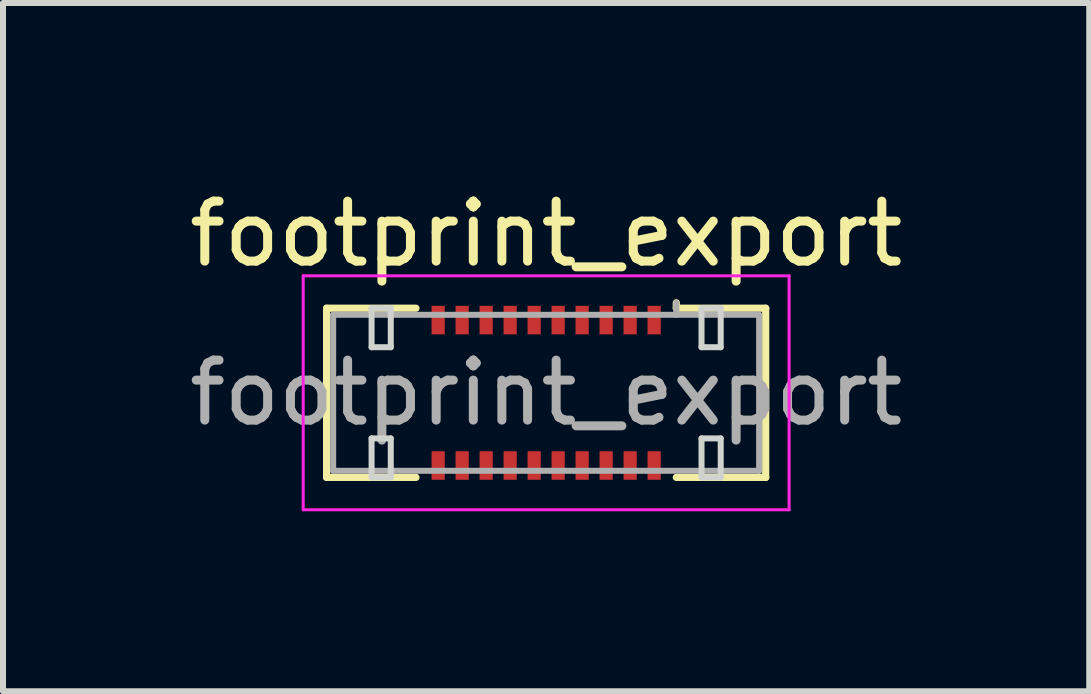
<source format=kicad_pcb>
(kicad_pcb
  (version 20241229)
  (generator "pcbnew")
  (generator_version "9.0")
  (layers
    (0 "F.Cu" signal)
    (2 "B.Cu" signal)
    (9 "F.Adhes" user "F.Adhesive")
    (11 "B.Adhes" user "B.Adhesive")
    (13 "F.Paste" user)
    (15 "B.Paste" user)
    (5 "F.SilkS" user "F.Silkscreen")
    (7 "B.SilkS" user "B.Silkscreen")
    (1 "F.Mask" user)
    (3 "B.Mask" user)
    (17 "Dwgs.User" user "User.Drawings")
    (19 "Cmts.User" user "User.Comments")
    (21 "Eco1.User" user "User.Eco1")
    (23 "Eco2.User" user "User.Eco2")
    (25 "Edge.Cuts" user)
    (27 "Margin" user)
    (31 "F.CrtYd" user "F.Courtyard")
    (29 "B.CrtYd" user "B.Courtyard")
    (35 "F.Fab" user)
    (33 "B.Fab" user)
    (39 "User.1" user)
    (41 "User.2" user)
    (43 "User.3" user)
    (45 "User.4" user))
  (footprint "footprint_export"
    (layer "F.Cu")
    (at 6.054 3.498)
    (property "Reference" "footprint_export" (at 0 -2.65 0) (layer "F.SilkS") (effects (font (size 1 1) (thickness 0.15))))
    (attr smd)
    (fp_line (start -3.66 -1.41) (end -2.17 -1.41) (stroke (width 0.12) (type solid)) (layer "F.SilkS"))
    (fp_line (start -3.66 1.41) (end -3.66 -1.41) (stroke (width 0.12) (type solid)) (layer "F.SilkS"))
    (fp_line (start -2.17 1.41) (end -3.66 1.41) (stroke (width 0.12) (type solid)) (layer "F.SilkS"))
    (fp_line (start 2.17 -1.41) (end 2.17 -1.5) (stroke (width 0.12) (type solid)) (layer "F.SilkS"))
    (fp_line (start 2.17 1.41) (end 3.66 1.41) (stroke (width 0.12) (type solid)) (layer "F.SilkS"))
    (fp_line (start 3.66 -1.41) (end 2.17 -1.41) (stroke (width 0.12) (type solid)) (layer "F.SilkS"))
    (fp_line (start 3.66 1.41) (end 3.66 -1.41) (stroke (width 0.12) (type solid)) (layer "F.SilkS"))
    (fp_line (start -2.91 -1.41) (end -2.91 -0.76) (stroke (width 0.1) (type solid)) (layer "Edge.Cuts"))
    (fp_line (start -2.91 -0.76) (end -2.59 -0.76) (stroke (width 0.1) (type solid)) (layer "Edge.Cuts"))
    (fp_line (start -2.91 0.76) (end -2.91 1.41) (stroke (width 0.1) (type solid)) (layer "Edge.Cuts"))
    (fp_line (start -2.91 1.41) (end -2.59 1.41) (stroke (width 0.1) (type solid)) (layer "Edge.Cuts"))
    (fp_line (start -2.59 -1.41) (end -2.91 -1.41) (stroke (width 0.1) (type solid)) (layer "Edge.Cuts"))
    (fp_line (start -2.59 -0.76) (end -2.59 -1.41) (stroke (width 0.1) (type solid)) (layer "Edge.Cuts"))
    (fp_line (start -2.59 0.76) (end -2.91 0.76) (stroke (width 0.1) (type solid)) (layer "Edge.Cuts"))
    (fp_line (start -2.59 1.41) (end -2.59 0.76) (stroke (width 0.1) (type solid)) (layer "Edge.Cuts"))
    (fp_line (start 2.59 -1.41) (end 2.59 -0.76) (stroke (width 0.1) (type solid)) (layer "Edge.Cuts"))
    (fp_line (start 2.59 -0.76) (end 2.91 -0.76) (stroke (width 0.1) (type solid)) (layer "Edge.Cuts"))
    (fp_line (start 2.59 0.76) (end 2.59 1.41) (stroke (width 0.1) (type solid)) (layer "Edge.Cuts"))
    (fp_line (start 2.59 1.41) (end 2.91 1.41) (stroke (width 0.1) (type solid)) (layer "Edge.Cuts"))
    (fp_line (start 2.91 -1.41) (end 2.59 -1.41) (stroke (width 0.1) (type solid)) (layer "Edge.Cuts"))
    (fp_line (start 2.91 -0.76) (end 2.91 -1.41) (stroke (width 0.1) (type solid)) (layer "Edge.Cuts"))
    (fp_line (start 2.91 0.76) (end 2.59 0.76) (stroke (width 0.1) (type solid)) (layer "Edge.Cuts"))
    (fp_line (start 2.91 1.41) (end 2.91 0.76) (stroke (width 0.1) (type solid)) (layer "Edge.Cuts"))
    (fp_line (start -4.05 -1.95) (end -4.05 1.95) (stroke (width 0.05) (type solid)) (layer "F.CrtYd"))
    (fp_line (start -4.05 1.95) (end 4.05 1.95) (stroke (width 0.05) (type solid)) (layer "F.CrtYd"))
    (fp_line (start 4.05 -1.95) (end -4.05 -1.95) (stroke (width 0.05) (type solid)) (layer "F.CrtYd"))
    (fp_line (start 4.05 1.95) (end 4.05 -1.95) (stroke (width 0.05) (type solid)) (layer "F.CrtYd"))
    (fp_line (start -3.55 -1.3) (end -3.55 1.3) (stroke (width 0.1) (type solid)) (layer "F.Fab"))
    (fp_line (start -3.55 1.3) (end 3.55 1.3) (stroke (width 0.1) (type solid)) (layer "F.Fab"))
    (fp_line (start 2.17 -1.3) (end 2.17 -1.5) (stroke (width 0.1) (type solid)) (layer "F.Fab"))
    (fp_line (start 3.55 -1.3) (end -3.55 -1.3) (stroke (width 0.1) (type solid)) (layer "F.Fab"))
    (fp_line (start 3.55 1.3) (end 3.55 -1.3) (stroke (width 0.1) (type solid)) (layer "F.Fab"))
    (fp_text user "${REFERENCE}" (at 0 0 0) (layer "F.Fab") (effects (font (size 1 1) (thickness 0.15))))
    (pad "1" smd rect (at 1.8 -1.212) (size 0.22 0.475) (layers "F.Cu" "F.Mask" "F.Paste"))
    (pad "2" smd rect (at 1.8 1.212) (size 0.22 0.475) (layers "F.Cu" "F.Mask" "F.Paste"))
    (pad "3" smd rect (at 1.4 -1.212) (size 0.22 0.475) (layers "F.Cu" "F.Mask" "F.Paste"))
    (pad "4" smd rect (at 1.4 1.212) (size 0.22 0.475) (layers "F.Cu" "F.Mask" "F.Paste"))
    (pad "5" smd rect (at 1 -1.212) (size 0.22 0.475) (layers "F.Cu" "F.Mask" "F.Paste"))
    (pad "6" smd rect (at 1 1.212) (size 0.22 0.475) (layers "F.Cu" "F.Mask" "F.Paste"))
    (pad "7" smd rect (at 0.6 -1.212) (size 0.22 0.475) (layers "F.Cu" "F.Mask" "F.Paste"))
    (pad "8" smd rect (at 0.6 1.212) (size 0.22 0.475) (layers "F.Cu" "F.Mask" "F.Paste"))
    (pad "9" smd rect (at 0.2 -1.212) (size 0.22 0.475) (layers "F.Cu" "F.Mask" "F.Paste"))
    (pad "10" smd rect (at 0.2 1.212) (size 0.22 0.475) (layers "F.Cu" "F.Mask" "F.Paste"))
    (pad "11" smd rect (at -0.2 -1.212) (size 0.22 0.475) (layers "F.Cu" "F.Mask" "F.Paste"))
    (pad "12" smd rect (at -0.2 1.212) (size 0.22 0.475) (layers "F.Cu" "F.Mask" "F.Paste"))
    (pad "13" smd rect (at -0.6 -1.212) (size 0.22 0.475) (layers "F.Cu" "F.Mask" "F.Paste"))
    (pad "14" smd rect (at -0.6 1.212) (size 0.22 0.475) (layers "F.Cu" "F.Mask" "F.Paste"))
    (pad "15" smd rect (at -1 -1.212) (size 0.22 0.475) (layers "F.Cu" "F.Mask" "F.Paste"))
    (pad "16" smd rect (at -1 1.212) (size 0.22 0.475) (layers "F.Cu" "F.Mask" "F.Paste"))
    (pad "17" smd rect (at -1.4 -1.212) (size 0.22 0.475) (layers "F.Cu" "F.Mask" "F.Paste"))
    (pad "18" smd rect (at -1.4 1.212) (size 0.22 0.475) (layers "F.Cu" "F.Mask" "F.Paste"))
    (pad "19" smd rect (at -1.8 -1.212) (size 0.22 0.475) (layers "F.Cu" "F.Mask" "F.Paste"))
    (pad "20" smd rect (at -1.8 1.212) (size 0.22 0.475) (layers "F.Cu" "F.Mask" "F.Paste")))
  (gr_rect
    (start -3 -3)
    (end 15.107 8.473)
    (stroke (width 0.1) (type default))
    (fill no)
    (layer "Edge.Cuts")))
</source>
